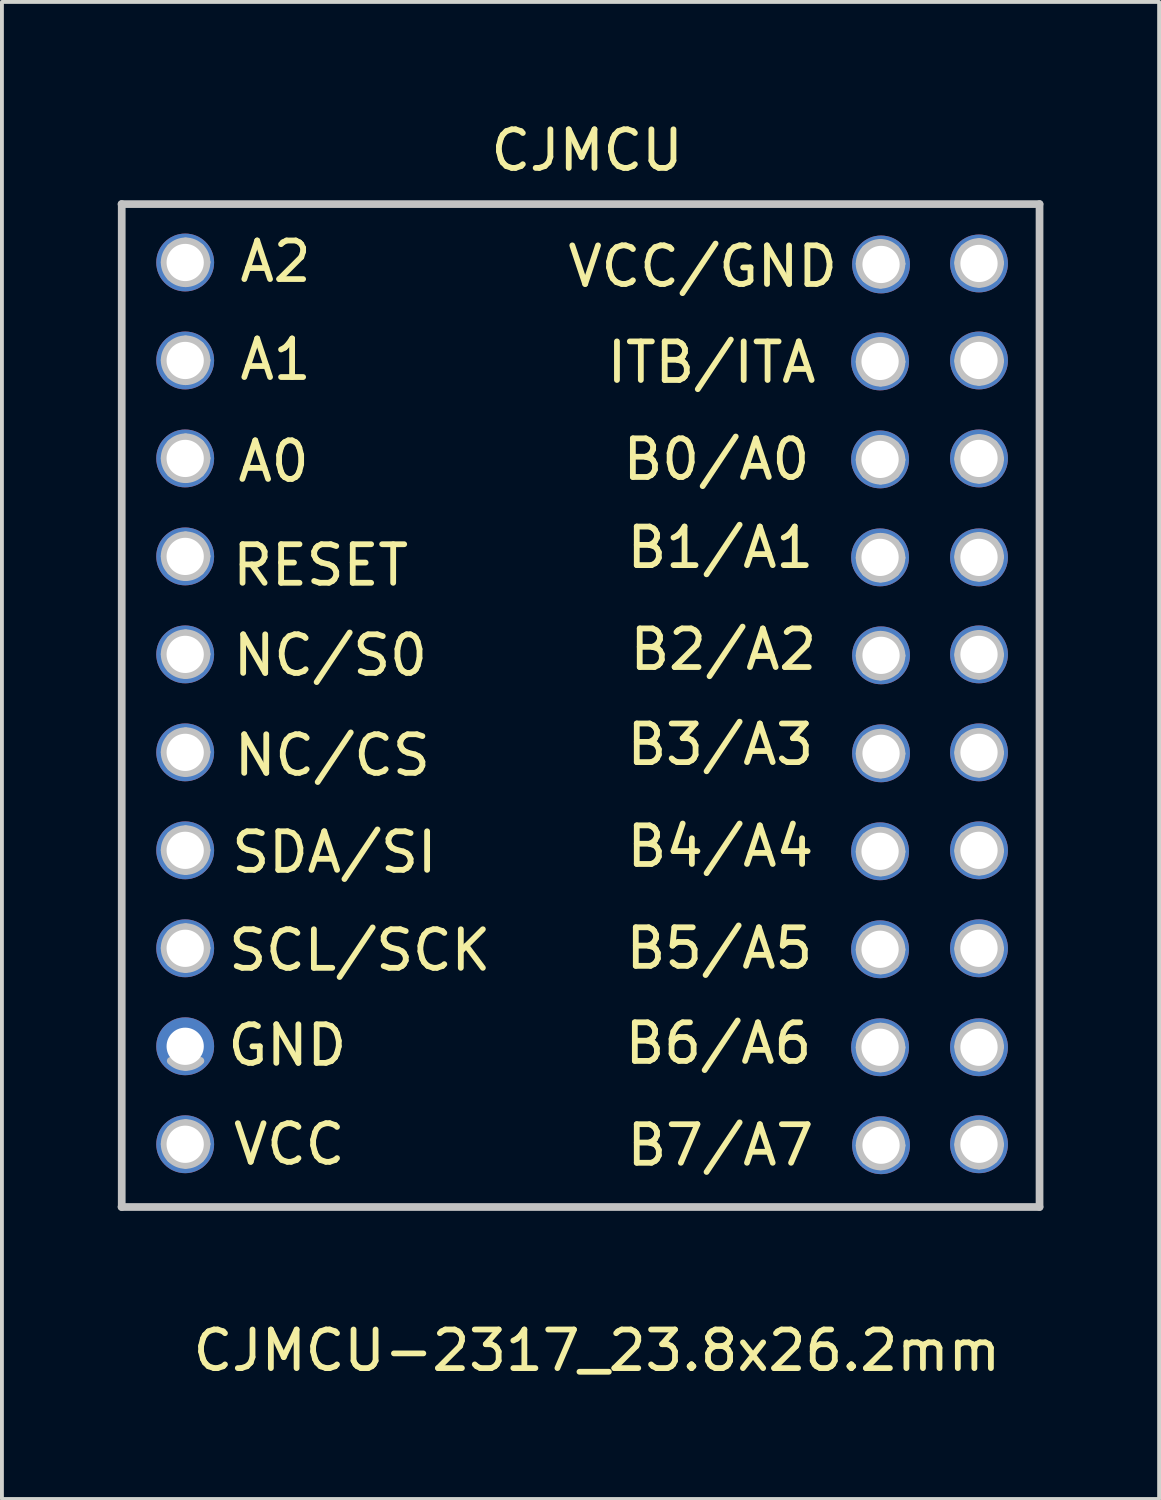
<source format=kicad_pcb>
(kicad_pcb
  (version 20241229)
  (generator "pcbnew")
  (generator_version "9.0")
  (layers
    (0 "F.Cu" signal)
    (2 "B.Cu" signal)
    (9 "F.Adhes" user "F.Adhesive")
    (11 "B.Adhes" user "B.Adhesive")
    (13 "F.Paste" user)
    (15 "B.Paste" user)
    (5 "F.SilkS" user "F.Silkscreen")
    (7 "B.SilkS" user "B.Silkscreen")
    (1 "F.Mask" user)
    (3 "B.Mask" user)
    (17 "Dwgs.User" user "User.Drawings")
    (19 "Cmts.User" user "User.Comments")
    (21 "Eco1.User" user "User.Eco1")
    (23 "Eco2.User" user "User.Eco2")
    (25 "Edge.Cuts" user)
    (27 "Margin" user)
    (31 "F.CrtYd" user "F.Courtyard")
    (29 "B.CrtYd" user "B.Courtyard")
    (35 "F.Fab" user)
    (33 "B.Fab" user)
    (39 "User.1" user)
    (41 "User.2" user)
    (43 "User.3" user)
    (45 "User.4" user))
  (footprint "CJMCU-2317_23.8x26.2mm"
    (layer "F.Cu")
    (at 13.568 30.82)
    (property "Reference" "CJMCU-2317_23.8x26.2mm" (at -1.143 1.143 0) (layer "F.SilkS") (effects (font (size 1 1) (thickness 0.15))))
    (attr through_hole)
    (fp_line (start -13.443 -28.564) (end 10.338 -28.564) (stroke (width 0.12) (type solid)) (layer "F.SilkS"))
    (fp_line (start -13.443 -2.605) (end -13.443 -28.564) (stroke (width 0.12) (type solid)) (layer "F.SilkS"))
    (fp_line (start 10.338 -28.564) (end 10.338 -2.579) (stroke (width 0.12) (type solid)) (layer "F.SilkS"))
    (fp_line (start 10.338 -2.579) (end -13.468 -2.579) (stroke (width 0.12) (type solid)) (layer "F.SilkS"))
    (fp_line (start -13.468 -2.579) (end 10.332 -2.579) (stroke (width 0.2) (type solid)) (layer "Dwgs.User"))
    (fp_line (start -13.462 -28.579) (end -13.462 -2.579) (stroke (width 0.2) (type solid)) (layer "Dwgs.User"))
    (fp_line (start -11.265 -27.069) (end -11.265 -27.069) (stroke (width 0.2) (type solid)) (layer "Dwgs.User"))
    (fp_line (start -11.265 -24.529) (end -11.265 -24.529) (stroke (width 0.2) (type solid)) (layer "Dwgs.User"))
    (fp_line (start -11.265 -21.99) (end -11.265 -21.99) (stroke (width 0.2) (type solid)) (layer "Dwgs.User"))
    (fp_line (start -11.265 -19.45) (end -11.265 -19.45) (stroke (width 0.2) (type solid)) (layer "Dwgs.User"))
    (fp_line (start -11.265 -16.91) (end -11.265 -16.91) (stroke (width 0.2) (type solid)) (layer "Dwgs.User"))
    (fp_line (start -11.265 -14.37) (end -11.265 -14.37) (stroke (width 0.2) (type solid)) (layer "Dwgs.User"))
    (fp_line (start -11.265 -11.83) (end -11.265 -11.83) (stroke (width 0.2) (type solid)) (layer "Dwgs.User"))
    (fp_line (start -11.265 -9.291) (end -11.265 -9.291) (stroke (width 0.2) (type solid)) (layer "Dwgs.User"))
    (fp_line (start -11.265 -4.211) (end -11.265 -4.211) (stroke (width 0.2) (type solid)) (layer "Dwgs.User"))
    (fp_line (start 6.752 -27.031) (end 6.752 -27.031) (stroke (width 0.2) (type solid)) (layer "Dwgs.User"))
    (fp_line (start 6.752 -24.491) (end 6.752 -24.491) (stroke (width 0.2) (type solid)) (layer "Dwgs.User"))
    (fp_line (start 6.752 -21.951) (end 6.752 -21.951) (stroke (width 0.2) (type solid)) (layer "Dwgs.User"))
    (fp_line (start 6.752 -19.411) (end 6.752 -19.411) (stroke (width 0.2) (type solid)) (layer "Dwgs.User"))
    (fp_line (start 6.752 -16.872) (end 6.752 -16.872) (stroke (width 0.2) (type solid)) (layer "Dwgs.User"))
    (fp_line (start 6.752 -14.332) (end 6.752 -14.332) (stroke (width 0.2) (type solid)) (layer "Dwgs.User"))
    (fp_line (start 6.752 -11.792) (end 6.752 -11.792) (stroke (width 0.2) (type solid)) (layer "Dwgs.User"))
    (fp_line (start 6.752 -9.252) (end 6.752 -9.252) (stroke (width 0.2) (type solid)) (layer "Dwgs.User"))
    (fp_line (start 6.752 -6.713) (end 6.752 -6.713) (stroke (width 0.2) (type solid)) (layer "Dwgs.User"))
    (fp_line (start 6.752 -4.173) (end 6.752 -4.173) (stroke (width 0.2) (type solid)) (layer "Dwgs.User"))
    (fp_line (start 9.308 -27.053) (end 9.308 -27.053) (stroke (width 0.2) (type solid)) (layer "Dwgs.User"))
    (fp_line (start 9.308 -24.513) (end 9.308 -24.513) (stroke (width 0.2) (type solid)) (layer "Dwgs.User"))
    (fp_line (start 9.308 -21.973) (end 9.308 -21.973) (stroke (width 0.2) (type solid)) (layer "Dwgs.User"))
    (fp_line (start 9.308 -19.433) (end 9.308 -19.433) (stroke (width 0.2) (type solid)) (layer "Dwgs.User"))
    (fp_line (start 9.308 -16.894) (end 9.308 -16.894) (stroke (width 0.2) (type solid)) (layer "Dwgs.User"))
    (fp_line (start 9.308 -14.354) (end 9.308 -14.354) (stroke (width 0.2) (type solid)) (layer "Dwgs.User"))
    (fp_line (start 9.308 -11.814) (end 9.308 -11.814) (stroke (width 0.2) (type solid)) (layer "Dwgs.User"))
    (fp_line (start 9.308 -9.274) (end 9.308 -9.274) (stroke (width 0.2) (type solid)) (layer "Dwgs.User"))
    (fp_line (start 9.308 -6.734) (end 9.308 -6.734) (stroke (width 0.2) (type solid)) (layer "Dwgs.User"))
    (fp_line (start 9.308 -4.195) (end 9.308 -4.195) (stroke (width 0.2) (type solid)) (layer "Dwgs.User"))
    (fp_line (start 10.332 -28.579) (end -13.468 -28.579) (stroke (width 0.2) (type solid)) (layer "Dwgs.User"))
    (fp_line (start 10.332 -2.579) (end 10.332 -28.579) (stroke (width 0.2) (type solid)) (layer "Dwgs.User"))
    (fp_curve (pts (xy -12.349 -27.069) (xy -12.349 -27.213) (xy -12.292 -27.351) (xy -12.191 -27.453)) (stroke (width 0.2) (type solid)) (layer "Dwgs.User"))
    (fp_curve (pts (xy -12.349 -24.529) (xy -12.349 -24.673) (xy -12.292 -24.811) (xy -12.191 -24.913)) (stroke (width 0.2) (type solid)) (layer "Dwgs.User"))
    (fp_curve (pts (xy -12.349 -21.99) (xy -12.349 -22.133) (xy -12.292 -22.271) (xy -12.191 -22.373)) (stroke (width 0.2) (type solid)) (layer "Dwgs.User"))
    (fp_curve (pts (xy -12.349 -19.45) (xy -12.349 -19.594) (xy -12.292 -19.732) (xy -12.191 -19.833)) (stroke (width 0.2) (type solid)) (layer "Dwgs.User"))
    (fp_curve (pts (xy -12.349 -16.91) (xy -12.349 -17.054) (xy -12.292 -17.192) (xy -12.191 -17.294)) (stroke (width 0.2) (type solid)) (layer "Dwgs.User"))
    (fp_curve (pts (xy -12.349 -14.37) (xy -12.349 -14.514) (xy -12.292 -14.652) (xy -12.191 -14.754)) (stroke (width 0.2) (type solid)) (layer "Dwgs.User"))
    (fp_curve (pts (xy -12.349 -11.83) (xy -12.349 -11.974) (xy -12.292 -12.112) (xy -12.191 -12.214)) (stroke (width 0.2) (type solid)) (layer "Dwgs.User"))
    (fp_curve (pts (xy -12.349 -9.291) (xy -12.349 -9.435) (xy -12.292 -9.573) (xy -12.191 -9.674)) (stroke (width 0.2) (type solid)) (layer "Dwgs.User"))
    (fp_curve (pts (xy -12.349 -4.211) (xy -12.349 -4.355) (xy -12.292 -4.493) (xy -12.191 -4.595)) (stroke (width 0.2) (type solid)) (layer "Dwgs.User"))
    (fp_curve (pts (xy -12.191 -27.453) (xy -12.089 -27.554) (xy -11.951 -27.612) (xy -11.807 -27.612)) (stroke (width 0.2) (type solid)) (layer "Dwgs.User"))
    (fp_curve (pts (xy -12.191 -26.686) (xy -12.292 -26.787) (xy -12.349 -26.925) (xy -12.349 -27.069)) (stroke (width 0.2) (type solid)) (layer "Dwgs.User"))
    (fp_curve (pts (xy -12.191 -24.913) (xy -12.089 -25.015) (xy -11.951 -25.072) (xy -11.807 -25.072)) (stroke (width 0.2) (type solid)) (layer "Dwgs.User"))
    (fp_curve (pts (xy -12.191 -24.146) (xy -12.292 -24.248) (xy -12.349 -24.386) (xy -12.349 -24.529)) (stroke (width 0.2) (type solid)) (layer "Dwgs.User"))
    (fp_curve (pts (xy -12.191 -22.373) (xy -12.089 -22.475) (xy -11.951 -22.532) (xy -11.807 -22.532)) (stroke (width 0.2) (type solid)) (layer "Dwgs.User"))
    (fp_curve (pts (xy -12.191 -21.606) (xy -12.292 -21.708) (xy -12.349 -21.846) (xy -12.349 -21.99)) (stroke (width 0.2) (type solid)) (layer "Dwgs.User"))
    (fp_curve (pts (xy -12.191 -19.833) (xy -12.089 -19.935) (xy -11.951 -19.992) (xy -11.807 -19.992)) (stroke (width 0.2) (type solid)) (layer "Dwgs.User"))
    (fp_curve (pts (xy -12.191 -19.066) (xy -12.292 -19.168) (xy -12.349 -19.306) (xy -12.349 -19.45)) (stroke (width 0.2) (type solid)) (layer "Dwgs.User"))
    (fp_curve (pts (xy -12.191 -17.294) (xy -12.089 -17.395) (xy -11.951 -17.452) (xy -11.807 -17.452)) (stroke (width 0.2) (type solid)) (layer "Dwgs.User"))
    (fp_curve (pts (xy -12.191 -16.527) (xy -12.292 -16.628) (xy -12.349 -16.766) (xy -12.349 -16.91)) (stroke (width 0.2) (type solid)) (layer "Dwgs.User"))
    (fp_curve (pts (xy -12.191 -14.754) (xy -12.089 -14.856) (xy -11.951 -14.913) (xy -11.807 -14.913)) (stroke (width 0.2) (type solid)) (layer "Dwgs.User"))
    (fp_curve (pts (xy -12.191 -13.987) (xy -12.292 -14.088) (xy -12.349 -14.226) (xy -12.349 -14.37)) (stroke (width 0.2) (type solid)) (layer "Dwgs.User"))
    (fp_curve (pts (xy -12.191 -12.214) (xy -12.089 -12.316) (xy -11.951 -12.373) (xy -11.807 -12.373)) (stroke (width 0.2) (type solid)) (layer "Dwgs.User"))
    (fp_curve (pts (xy -12.191 -11.447) (xy -12.292 -11.549) (xy -12.349 -11.687) (xy -12.349 -11.83)) (stroke (width 0.2) (type solid)) (layer "Dwgs.User"))
    (fp_curve (pts (xy -12.191 -9.674) (xy -12.089 -9.776) (xy -11.951 -9.833) (xy -11.807 -9.833)) (stroke (width 0.2) (type solid)) (layer "Dwgs.User"))
    (fp_curve (pts (xy -12.191 -8.907) (xy -12.292 -9.009) (xy -12.349 -9.147) (xy -12.349 -9.291)) (stroke (width 0.2) (type solid)) (layer "Dwgs.User"))
    (fp_curve (pts (xy -12.191 -4.595) (xy -12.089 -4.696) (xy -11.951 -4.754) (xy -11.807 -4.754)) (stroke (width 0.2) (type solid)) (layer "Dwgs.User"))
    (fp_curve (pts (xy -12.191 -3.828) (xy -12.292 -3.929) (xy -12.349 -4.067) (xy -12.349 -4.211)) (stroke (width 0.2) (type solid)) (layer "Dwgs.User"))
    (fp_curve (pts (xy -11.807 -27.612) (xy -11.663 -27.612) (xy -11.525 -27.554) (xy -11.423 -27.453)) (stroke (width 0.2) (type solid)) (layer "Dwgs.User"))
    (fp_curve (pts (xy -11.807 -26.527) (xy -11.951 -26.527) (xy -12.089 -26.584) (xy -12.191 -26.686)) (stroke (width 0.2) (type solid)) (layer "Dwgs.User"))
    (fp_curve (pts (xy -11.807 -25.072) (xy -11.663 -25.072) (xy -11.525 -25.015) (xy -11.423 -24.913)) (stroke (width 0.2) (type solid)) (layer "Dwgs.User"))
    (fp_curve (pts (xy -11.807 -23.987) (xy -11.951 -23.987) (xy -12.089 -24.044) (xy -12.191 -24.146)) (stroke (width 0.2) (type solid)) (layer "Dwgs.User"))
    (fp_curve (pts (xy -11.807 -22.532) (xy -11.663 -22.532) (xy -11.525 -22.475) (xy -11.423 -22.373)) (stroke (width 0.2) (type solid)) (layer "Dwgs.User"))
    (fp_curve (pts (xy -11.807 -21.447) (xy -11.951 -21.447) (xy -12.089 -21.504) (xy -12.191 -21.606)) (stroke (width 0.2) (type solid)) (layer "Dwgs.User"))
    (fp_curve (pts (xy -11.807 -19.992) (xy -11.663 -19.992) (xy -11.525 -19.935) (xy -11.423 -19.833)) (stroke (width 0.2) (type solid)) (layer "Dwgs.User"))
    (fp_curve (pts (xy -11.807 -18.907) (xy -11.951 -18.907) (xy -12.089 -18.965) (xy -12.191 -19.066)) (stroke (width 0.2) (type solid)) (layer "Dwgs.User"))
    (fp_curve (pts (xy -11.807 -17.452) (xy -11.663 -17.452) (xy -11.525 -17.395) (xy -11.423 -17.294)) (stroke (width 0.2) (type solid)) (layer "Dwgs.User"))
    (fp_curve (pts (xy -11.807 -16.368) (xy -11.951 -16.368) (xy -12.089 -16.425) (xy -12.191 -16.527)) (stroke (width 0.2) (type solid)) (layer "Dwgs.User"))
    (fp_curve (pts (xy -11.807 -14.913) (xy -11.663 -14.913) (xy -11.525 -14.856) (xy -11.423 -14.754)) (stroke (width 0.2) (type solid)) (layer "Dwgs.User"))
    (fp_curve (pts (xy -11.807 -13.828) (xy -11.951 -13.828) (xy -12.089 -13.885) (xy -12.191 -13.987)) (stroke (width 0.2) (type solid)) (layer "Dwgs.User"))
    (fp_curve (pts (xy -11.807 -12.373) (xy -11.663 -12.373) (xy -11.525 -12.316) (xy -11.423 -12.214)) (stroke (width 0.2) (type solid)) (layer "Dwgs.User"))
    (fp_curve (pts (xy -11.807 -11.288) (xy -11.951 -11.288) (xy -12.089 -11.345) (xy -12.191 -11.447)) (stroke (width 0.2) (type solid)) (layer "Dwgs.User"))
    (fp_curve (pts (xy -11.807 -9.833) (xy -11.663 -9.833) (xy -11.525 -9.776) (xy -11.423 -9.674)) (stroke (width 0.2) (type solid)) (layer "Dwgs.User"))
    (fp_curve (pts (xy -11.807 -8.748) (xy -11.951 -8.748) (xy -12.089 -8.805) (xy -12.191 -8.907)) (stroke (width 0.2) (type solid)) (layer "Dwgs.User"))
    (fp_curve (pts (xy -11.807 -6.209) (xy -11.951 -6.209) (xy -12.089 -6.266) (xy -12.191 -6.367)) (stroke (width 0.2) (type solid)) (layer "Dwgs.User"))
    (fp_curve (pts (xy -11.807 -4.754) (xy -11.663 -4.754) (xy -11.525 -4.696) (xy -11.423 -4.595)) (stroke (width 0.2) (type solid)) (layer "Dwgs.User"))
    (fp_curve (pts (xy -11.807 -3.669) (xy -11.951 -3.669) (xy -12.089 -3.726) (xy -12.191 -3.828)) (stroke (width 0.2) (type solid)) (layer "Dwgs.User"))
    (fp_curve (pts (xy -11.423 -27.453) (xy -11.322 -27.351) (xy -11.265 -27.213) (xy -11.265 -27.069)) (stroke (width 0.2) (type solid)) (layer "Dwgs.User"))
    (fp_curve (pts (xy -11.423 -26.686) (xy -11.525 -26.584) (xy -11.663 -26.527) (xy -11.807 -26.527)) (stroke (width 0.2) (type solid)) (layer "Dwgs.User"))
    (fp_curve (pts (xy -11.423 -24.913) (xy -11.322 -24.811) (xy -11.265 -24.673) (xy -11.265 -24.529)) (stroke (width 0.2) (type solid)) (layer "Dwgs.User"))
    (fp_curve (pts (xy -11.423 -24.146) (xy -11.525 -24.044) (xy -11.663 -23.987) (xy -11.807 -23.987)) (stroke (width 0.2) (type solid)) (layer "Dwgs.User"))
    (fp_curve (pts (xy -11.423 -22.373) (xy -11.322 -22.271) (xy -11.265 -22.133) (xy -11.265 -21.99)) (stroke (width 0.2) (type solid)) (layer "Dwgs.User"))
    (fp_curve (pts (xy -11.423 -21.606) (xy -11.525 -21.504) (xy -11.663 -21.447) (xy -11.807 -21.447)) (stroke (width 0.2) (type solid)) (layer "Dwgs.User"))
    (fp_curve (pts (xy -11.423 -19.833) (xy -11.322 -19.732) (xy -11.265 -19.594) (xy -11.265 -19.45)) (stroke (width 0.2) (type solid)) (layer "Dwgs.User"))
    (fp_curve (pts (xy -11.423 -19.066) (xy -11.525 -18.965) (xy -11.663 -18.907) (xy -11.807 -18.907)) (stroke (width 0.2) (type solid)) (layer "Dwgs.User"))
    (fp_curve (pts (xy -11.423 -17.294) (xy -11.322 -17.192) (xy -11.265 -17.054) (xy -11.265 -16.91)) (stroke (width 0.2) (type solid)) (layer "Dwgs.User"))
    (fp_curve (pts (xy -11.423 -16.527) (xy -11.525 -16.425) (xy -11.663 -16.368) (xy -11.807 -16.368)) (stroke (width 0.2) (type solid)) (layer "Dwgs.User"))
    (fp_curve (pts (xy -11.423 -14.754) (xy -11.322 -14.652) (xy -11.265 -14.514) (xy -11.265 -14.37)) (stroke (width 0.2) (type solid)) (layer "Dwgs.User"))
    (fp_curve (pts (xy -11.423 -13.987) (xy -11.525 -13.885) (xy -11.663 -13.828) (xy -11.807 -13.828)) (stroke (width 0.2) (type solid)) (layer "Dwgs.User"))
    (fp_curve (pts (xy -11.423 -12.214) (xy -11.322 -12.112) (xy -11.265 -11.974) (xy -11.265 -11.83)) (stroke (width 0.2) (type solid)) (layer "Dwgs.User"))
    (fp_curve (pts (xy -11.423 -11.447) (xy -11.525 -11.345) (xy -11.663 -11.288) (xy -11.807 -11.288)) (stroke (width 0.2) (type solid)) (layer "Dwgs.User"))
    (fp_curve (pts (xy -11.423 -9.674) (xy -11.322 -9.573) (xy -11.265 -9.435) (xy -11.265 -9.291)) (stroke (width 0.2) (type solid)) (layer "Dwgs.User"))
    (fp_curve (pts (xy -11.423 -8.907) (xy -11.525 -8.805) (xy -11.663 -8.748) (xy -11.807 -8.748)) (stroke (width 0.2) (type solid)) (layer "Dwgs.User"))
    (fp_curve (pts (xy -11.423 -6.367) (xy -11.525 -6.266) (xy -11.663 -6.209) (xy -11.807 -6.209)) (stroke (width 0.2) (type solid)) (layer "Dwgs.User"))
    (fp_curve (pts (xy -11.423 -4.595) (xy -11.322 -4.493) (xy -11.265 -4.355) (xy -11.265 -4.211)) (stroke (width 0.2) (type solid)) (layer "Dwgs.User"))
    (fp_curve (pts (xy -11.423 -3.828) (xy -11.525 -3.726) (xy -11.663 -3.669) (xy -11.807 -3.669)) (stroke (width 0.2) (type solid)) (layer "Dwgs.User"))
    (fp_curve (pts (xy -11.265 -27.069) (xy -11.265 -26.925) (xy -11.322 -26.787) (xy -11.423 -26.686)) (stroke (width 0.2) (type solid)) (layer "Dwgs.User"))
    (fp_curve (pts (xy -11.265 -24.529) (xy -11.265 -24.386) (xy -11.322 -24.248) (xy -11.423 -24.146)) (stroke (width 0.2) (type solid)) (layer "Dwgs.User"))
    (fp_curve (pts (xy -11.265 -21.99) (xy -11.265 -21.846) (xy -11.322 -21.708) (xy -11.423 -21.606)) (stroke (width 0.2) (type solid)) (layer "Dwgs.User"))
    (fp_curve (pts (xy -11.265 -19.45) (xy -11.265 -19.306) (xy -11.322 -19.168) (xy -11.423 -19.066)) (stroke (width 0.2) (type solid)) (layer "Dwgs.User"))
    (fp_curve (pts (xy -11.265 -16.91) (xy -11.265 -16.766) (xy -11.322 -16.628) (xy -11.423 -16.527)) (stroke (width 0.2) (type solid)) (layer "Dwgs.User"))
    (fp_curve (pts (xy -11.265 -14.37) (xy -11.265 -14.226) (xy -11.322 -14.088) (xy -11.423 -13.987)) (stroke (width 0.2) (type solid)) (layer "Dwgs.User"))
    (fp_curve (pts (xy -11.265 -11.83) (xy -11.265 -11.687) (xy -11.322 -11.549) (xy -11.423 -11.447)) (stroke (width 0.2) (type solid)) (layer "Dwgs.User"))
    (fp_curve (pts (xy -11.265 -9.291) (xy -11.265 -9.147) (xy -11.322 -9.009) (xy -11.423 -8.907)) (stroke (width 0.2) (type solid)) (layer "Dwgs.User"))
    (fp_curve (pts (xy -11.265 -4.211) (xy -11.265 -4.067) (xy -11.322 -3.929) (xy -11.423 -3.828)) (stroke (width 0.2) (type solid)) (layer "Dwgs.User"))
    (fp_curve (pts (xy 5.668 -27.031) (xy 5.668 -27.175) (xy 5.725 -27.313) (xy 5.826 -27.414)) (stroke (width 0.2) (type solid)) (layer "Dwgs.User"))
    (fp_curve (pts (xy 5.668 -24.491) (xy 5.668 -24.635) (xy 5.725 -24.773) (xy 5.826 -24.875)) (stroke (width 0.2) (type solid)) (layer "Dwgs.User"))
    (fp_curve (pts (xy 5.668 -21.951) (xy 5.668 -22.095) (xy 5.725 -22.233) (xy 5.826 -22.335)) (stroke (width 0.2) (type solid)) (layer "Dwgs.User"))
    (fp_curve (pts (xy 5.668 -19.411) (xy 5.668 -19.555) (xy 5.725 -19.693) (xy 5.826 -19.795)) (stroke (width 0.2) (type solid)) (layer "Dwgs.User"))
    (fp_curve (pts (xy 5.668 -16.872) (xy 5.668 -17.015) (xy 5.725 -17.153) (xy 5.826 -17.255)) (stroke (width 0.2) (type solid)) (layer "Dwgs.User"))
    (fp_curve (pts (xy 5.668 -14.332) (xy 5.668 -14.476) (xy 5.725 -14.614) (xy 5.826 -14.715)) (stroke (width 0.2) (type solid)) (layer "Dwgs.User"))
    (fp_curve (pts (xy 5.668 -11.792) (xy 5.668 -11.936) (xy 5.725 -12.074) (xy 5.826 -12.176)) (stroke (width 0.2) (type solid)) (layer "Dwgs.User"))
    (fp_curve (pts (xy 5.668 -9.252) (xy 5.668 -9.396) (xy 5.725 -9.534) (xy 5.826 -9.636)) (stroke (width 0.2) (type solid)) (layer "Dwgs.User"))
    (fp_curve (pts (xy 5.668 -6.713) (xy 5.668 -6.856) (xy 5.725 -6.994) (xy 5.826 -7.096)) (stroke (width 0.2) (type solid)) (layer "Dwgs.User"))
    (fp_curve (pts (xy 5.668 -4.173) (xy 5.668 -4.317) (xy 5.725 -4.455) (xy 5.826 -4.556)) (stroke (width 0.2) (type solid)) (layer "Dwgs.User"))
    (fp_curve (pts (xy 5.826 -27.414) (xy 5.928 -27.516) (xy 6.066 -27.573) (xy 6.21 -27.573)) (stroke (width 0.2) (type solid)) (layer "Dwgs.User"))
    (fp_curve (pts (xy 5.826 -26.647) (xy 5.725 -26.749) (xy 5.668 -26.887) (xy 5.668 -27.031)) (stroke (width 0.2) (type solid)) (layer "Dwgs.User"))
    (fp_curve (pts (xy 5.826 -24.875) (xy 5.928 -24.976) (xy 6.066 -25.033) (xy 6.21 -25.033)) (stroke (width 0.2) (type solid)) (layer "Dwgs.User"))
    (fp_curve (pts (xy 5.826 -24.107) (xy 5.725 -24.209) (xy 5.668 -24.347) (xy 5.668 -24.491)) (stroke (width 0.2) (type solid)) (layer "Dwgs.User"))
    (fp_curve (pts (xy 5.826 -22.335) (xy 5.928 -22.436) (xy 6.066 -22.494) (xy 6.21 -22.494)) (stroke (width 0.2) (type solid)) (layer "Dwgs.User"))
    (fp_curve (pts (xy 5.826 -21.568) (xy 5.725 -21.669) (xy 5.668 -21.807) (xy 5.668 -21.951)) (stroke (width 0.2) (type solid)) (layer "Dwgs.User"))
    (fp_curve (pts (xy 5.826 -19.795) (xy 5.928 -19.897) (xy 6.066 -19.954) (xy 6.21 -19.954)) (stroke (width 0.2) (type solid)) (layer "Dwgs.User"))
    (fp_curve (pts (xy 5.826 -19.028) (xy 5.725 -19.13) (xy 5.668 -19.268) (xy 5.668 -19.411)) (stroke (width 0.2) (type solid)) (layer "Dwgs.User"))
    (fp_curve (pts (xy 5.826 -17.255) (xy 5.928 -17.357) (xy 6.066 -17.414) (xy 6.21 -17.414)) (stroke (width 0.2) (type solid)) (layer "Dwgs.User"))
    (fp_curve (pts (xy 5.826 -16.488) (xy 5.725 -16.59) (xy 5.668 -16.728) (xy 5.668 -16.872)) (stroke (width 0.2) (type solid)) (layer "Dwgs.User"))
    (fp_curve (pts (xy 5.826 -14.715) (xy 5.928 -14.817) (xy 6.066 -14.874) (xy 6.21 -14.874)) (stroke (width 0.2) (type solid)) (layer "Dwgs.User"))
    (fp_curve (pts (xy 5.826 -13.948) (xy 5.725 -14.05) (xy 5.668 -14.188) (xy 5.668 -14.332)) (stroke (width 0.2) (type solid)) (layer "Dwgs.User"))
    (fp_curve (pts (xy 5.826 -12.176) (xy 5.928 -12.277) (xy 6.066 -12.334) (xy 6.21 -12.334)) (stroke (width 0.2) (type solid)) (layer "Dwgs.User"))
    (fp_curve (pts (xy 5.826 -11.409) (xy 5.725 -11.51) (xy 5.668 -11.648) (xy 5.668 -11.792)) (stroke (width 0.2) (type solid)) (layer "Dwgs.User"))
    (fp_curve (pts (xy 5.826 -9.636) (xy 5.928 -9.738) (xy 6.066 -9.795) (xy 6.21 -9.795)) (stroke (width 0.2) (type solid)) (layer "Dwgs.User"))
    (fp_curve (pts (xy 5.826 -8.869) (xy 5.725 -8.97) (xy 5.668 -9.108) (xy 5.668 -9.252)) (stroke (width 0.2) (type solid)) (layer "Dwgs.User"))
    (fp_curve (pts (xy 5.826 -7.096) (xy 5.928 -7.198) (xy 6.066 -7.255) (xy 6.21 -7.255)) (stroke (width 0.2) (type solid)) (layer "Dwgs.User"))
    (fp_curve (pts (xy 5.826 -6.329) (xy 5.725 -6.431) (xy 5.668 -6.569) (xy 5.668 -6.713)) (stroke (width 0.2) (type solid)) (layer "Dwgs.User"))
    (fp_curve (pts (xy 5.826 -4.556) (xy 5.928 -4.658) (xy 6.066 -4.715) (xy 6.21 -4.715)) (stroke (width 0.2) (type solid)) (layer "Dwgs.User"))
    (fp_curve (pts (xy 5.826 -3.789) (xy 5.725 -3.891) (xy 5.668 -4.029) (xy 5.668 -4.173)) (stroke (width 0.2) (type solid)) (layer "Dwgs.User"))
    (fp_curve (pts (xy 6.21 -27.573) (xy 6.354 -27.573) (xy 6.492 -27.516) (xy 6.593 -27.414)) (stroke (width 0.2) (type solid)) (layer "Dwgs.User"))
    (fp_curve (pts (xy 6.21 -26.488) (xy 6.066 -26.488) (xy 5.928 -26.546) (xy 5.826 -26.647)) (stroke (width 0.2) (type solid)) (layer "Dwgs.User"))
    (fp_curve (pts (xy 6.21 -25.033) (xy 6.354 -25.033) (xy 6.492 -24.976) (xy 6.593 -24.875)) (stroke (width 0.2) (type solid)) (layer "Dwgs.User"))
    (fp_curve (pts (xy 6.21 -23.949) (xy 6.066 -23.949) (xy 5.928 -24.006) (xy 5.826 -24.107)) (stroke (width 0.2) (type solid)) (layer "Dwgs.User"))
    (fp_curve (pts (xy 6.21 -22.494) (xy 6.354 -22.494) (xy 6.492 -22.436) (xy 6.593 -22.335)) (stroke (width 0.2) (type solid)) (layer "Dwgs.User"))
    (fp_curve (pts (xy 6.21 -21.409) (xy 6.066 -21.409) (xy 5.928 -21.466) (xy 5.826 -21.568)) (stroke (width 0.2) (type solid)) (layer "Dwgs.User"))
    (fp_curve (pts (xy 6.21 -19.954) (xy 6.354 -19.954) (xy 6.492 -19.897) (xy 6.593 -19.795)) (stroke (width 0.2) (type solid)) (layer "Dwgs.User"))
    (fp_curve (pts (xy 6.21 -18.869) (xy 6.066 -18.869) (xy 5.928 -18.926) (xy 5.826 -19.028)) (stroke (width 0.2) (type solid)) (layer "Dwgs.User"))
    (fp_curve (pts (xy 6.21 -17.414) (xy 6.354 -17.414) (xy 6.492 -17.357) (xy 6.593 -17.255)) (stroke (width 0.2) (type solid)) (layer "Dwgs.User"))
    (fp_curve (pts (xy 6.21 -16.329) (xy 6.066 -16.329) (xy 5.928 -16.386) (xy 5.826 -16.488)) (stroke (width 0.2) (type solid)) (layer "Dwgs.User"))
    (fp_curve (pts (xy 6.21 -14.874) (xy 6.354 -14.874) (xy 6.492 -14.817) (xy 6.593 -14.715)) (stroke (width 0.2) (type solid)) (layer "Dwgs.User"))
    (fp_curve (pts (xy 6.21 -13.789) (xy 6.066 -13.789) (xy 5.928 -13.847) (xy 5.826 -13.948)) (stroke (width 0.2) (type solid)) (layer "Dwgs.User"))
    (fp_curve (pts (xy 6.21 -12.334) (xy 6.354 -12.334) (xy 6.492 -12.277) (xy 6.593 -12.176)) (stroke (width 0.2) (type solid)) (layer "Dwgs.User"))
    (fp_curve (pts (xy 6.21 -11.25) (xy 6.066 -11.25) (xy 5.928 -11.307) (xy 5.826 -11.409)) (stroke (width 0.2) (type solid)) (layer "Dwgs.User"))
    (fp_curve (pts (xy 6.21 -9.795) (xy 6.354 -9.795) (xy 6.492 -9.738) (xy 6.593 -9.636)) (stroke (width 0.2) (type solid)) (layer "Dwgs.User"))
    (fp_curve (pts (xy 6.21 -8.71) (xy 6.066 -8.71) (xy 5.928 -8.767) (xy 5.826 -8.869)) (stroke (width 0.2) (type solid)) (layer "Dwgs.User"))
    (fp_curve (pts (xy 6.21 -7.255) (xy 6.354 -7.255) (xy 6.492 -7.198) (xy 6.593 -7.096)) (stroke (width 0.2) (type solid)) (layer "Dwgs.User"))
    (fp_curve (pts (xy 6.21 -6.17) (xy 6.066 -6.17) (xy 5.928 -6.227) (xy 5.826 -6.329)) (stroke (width 0.2) (type solid)) (layer "Dwgs.User"))
    (fp_curve (pts (xy 6.21 -4.715) (xy 6.354 -4.715) (xy 6.492 -4.658) (xy 6.593 -4.556)) (stroke (width 0.2) (type solid)) (layer "Dwgs.User"))
    (fp_curve (pts (xy 6.21 -3.63) (xy 6.066 -3.63) (xy 5.928 -3.688) (xy 5.826 -3.789)) (stroke (width 0.2) (type solid)) (layer "Dwgs.User"))
    (fp_curve (pts (xy 6.593 -27.414) (xy 6.695 -27.313) (xy 6.752 -27.175) (xy 6.752 -27.031)) (stroke (width 0.2) (type solid)) (layer "Dwgs.User"))
    (fp_curve (pts (xy 6.593 -26.647) (xy 6.492 -26.546) (xy 6.354 -26.488) (xy 6.21 -26.488)) (stroke (width 0.2) (type solid)) (layer "Dwgs.User"))
    (fp_curve (pts (xy 6.593 -24.875) (xy 6.695 -24.773) (xy 6.752 -24.635) (xy 6.752 -24.491)) (stroke (width 0.2) (type solid)) (layer "Dwgs.User"))
    (fp_curve (pts (xy 6.593 -24.107) (xy 6.492 -24.006) (xy 6.354 -23.949) (xy 6.21 -23.949)) (stroke (width 0.2) (type solid)) (layer "Dwgs.User"))
    (fp_curve (pts (xy 6.593 -22.335) (xy 6.695 -22.233) (xy 6.752 -22.095) (xy 6.752 -21.951)) (stroke (width 0.2) (type solid)) (layer "Dwgs.User"))
    (fp_curve (pts (xy 6.593 -21.568) (xy 6.492 -21.466) (xy 6.354 -21.409) (xy 6.21 -21.409)) (stroke (width 0.2) (type solid)) (layer "Dwgs.User"))
    (fp_curve (pts (xy 6.593 -19.795) (xy 6.695 -19.693) (xy 6.752 -19.555) (xy 6.752 -19.411)) (stroke (width 0.2) (type solid)) (layer "Dwgs.User"))
    (fp_curve (pts (xy 6.593 -19.028) (xy 6.492 -18.926) (xy 6.354 -18.869) (xy 6.21 -18.869)) (stroke (width 0.2) (type solid)) (layer "Dwgs.User"))
    (fp_curve (pts (xy 6.593 -17.255) (xy 6.695 -17.153) (xy 6.752 -17.015) (xy 6.752 -16.872)) (stroke (width 0.2) (type solid)) (layer "Dwgs.User"))
    (fp_curve (pts (xy 6.593 -16.488) (xy 6.492 -16.386) (xy 6.354 -16.329) (xy 6.21 -16.329)) (stroke (width 0.2) (type solid)) (layer "Dwgs.User"))
    (fp_curve (pts (xy 6.593 -14.715) (xy 6.695 -14.614) (xy 6.752 -14.476) (xy 6.752 -14.332)) (stroke (width 0.2) (type solid)) (layer "Dwgs.User"))
    (fp_curve (pts (xy 6.593 -13.948) (xy 6.492 -13.847) (xy 6.354 -13.789) (xy 6.21 -13.789)) (stroke (width 0.2) (type solid)) (layer "Dwgs.User"))
    (fp_curve (pts (xy 6.593 -12.176) (xy 6.695 -12.074) (xy 6.752 -11.936) (xy 6.752 -11.792)) (stroke (width 0.2) (type solid)) (layer "Dwgs.User"))
    (fp_curve (pts (xy 6.593 -11.409) (xy 6.492 -11.307) (xy 6.354 -11.25) (xy 6.21 -11.25)) (stroke (width 0.2) (type solid)) (layer "Dwgs.User"))
    (fp_curve (pts (xy 6.593 -9.636) (xy 6.695 -9.534) (xy 6.752 -9.396) (xy 6.752 -9.252)) (stroke (width 0.2) (type solid)) (layer "Dwgs.User"))
    (fp_curve (pts (xy 6.593 -8.869) (xy 6.492 -8.767) (xy 6.354 -8.71) (xy 6.21 -8.71)) (stroke (width 0.2) (type solid)) (layer "Dwgs.User"))
    (fp_curve (pts (xy 6.593 -7.096) (xy 6.695 -6.994) (xy 6.752 -6.856) (xy 6.752 -6.713)) (stroke (width 0.2) (type solid)) (layer "Dwgs.User"))
    (fp_curve (pts (xy 6.593 -6.329) (xy 6.492 -6.227) (xy 6.354 -6.17) (xy 6.21 -6.17)) (stroke (width 0.2) (type solid)) (layer "Dwgs.User"))
    (fp_curve (pts (xy 6.593 -4.556) (xy 6.695 -4.455) (xy 6.752 -4.317) (xy 6.752 -4.173)) (stroke (width 0.2) (type solid)) (layer "Dwgs.User"))
    (fp_curve (pts (xy 6.593 -3.789) (xy 6.492 -3.688) (xy 6.354 -3.63) (xy 6.21 -3.63)) (stroke (width 0.2) (type solid)) (layer "Dwgs.User"))
    (fp_curve (pts (xy 6.752 -27.031) (xy 6.752 -26.887) (xy 6.695 -26.749) (xy 6.593 -26.647)) (stroke (width 0.2) (type solid)) (layer "Dwgs.User"))
    (fp_curve (pts (xy 6.752 -24.491) (xy 6.752 -24.347) (xy 6.695 -24.209) (xy 6.593 -24.107)) (stroke (width 0.2) (type solid)) (layer "Dwgs.User"))
    (fp_curve (pts (xy 6.752 -21.951) (xy 6.752 -21.807) (xy 6.695 -21.669) (xy 6.593 -21.568)) (stroke (width 0.2) (type solid)) (layer "Dwgs.User"))
    (fp_curve (pts (xy 6.752 -19.411) (xy 6.752 -19.268) (xy 6.695 -19.13) (xy 6.593 -19.028)) (stroke (width 0.2) (type solid)) (layer "Dwgs.User"))
    (fp_curve (pts (xy 6.752 -16.872) (xy 6.752 -16.728) (xy 6.695 -16.59) (xy 6.593 -16.488)) (stroke (width 0.2) (type solid)) (layer "Dwgs.User"))
    (fp_curve (pts (xy 6.752 -14.332) (xy 6.752 -14.188) (xy 6.695 -14.05) (xy 6.593 -13.948)) (stroke (width 0.2) (type solid)) (layer "Dwgs.User"))
    (fp_curve (pts (xy 6.752 -11.792) (xy 6.752 -11.648) (xy 6.695 -11.51) (xy 6.593 -11.409)) (stroke (width 0.2) (type solid)) (layer "Dwgs.User"))
    (fp_curve (pts (xy 6.752 -9.252) (xy 6.752 -9.108) (xy 6.695 -8.97) (xy 6.593 -8.869)) (stroke (width 0.2) (type solid)) (layer "Dwgs.User"))
    (fp_curve (pts (xy 6.752 -6.713) (xy 6.752 -6.569) (xy 6.695 -6.431) (xy 6.593 -6.329)) (stroke (width 0.2) (type solid)) (layer "Dwgs.User"))
    (fp_curve (pts (xy 6.752 -4.173) (xy 6.752 -4.029) (xy 6.695 -3.891) (xy 6.593 -3.789)) (stroke (width 0.2) (type solid)) (layer "Dwgs.User"))
    (fp_curve (pts (xy 8.223 -27.053) (xy 8.223 -27.197) (xy 8.28 -27.334) (xy 8.382 -27.436)) (stroke (width 0.2) (type solid)) (layer "Dwgs.User"))
    (fp_curve (pts (xy 8.223 -24.513) (xy 8.223 -24.657) (xy 8.28 -24.795) (xy 8.382 -24.896)) (stroke (width 0.2) (type solid)) (layer "Dwgs.User"))
    (fp_curve (pts (xy 8.223 -21.973) (xy 8.223 -22.117) (xy 8.28 -22.255) (xy 8.382 -22.357)) (stroke (width 0.2) (type solid)) (layer "Dwgs.User"))
    (fp_curve (pts (xy 8.223 -19.433) (xy 8.223 -19.577) (xy 8.28 -19.715) (xy 8.382 -19.817)) (stroke (width 0.2) (type solid)) (layer "Dwgs.User"))
    (fp_curve (pts (xy 8.223 -16.894) (xy 8.223 -17.037) (xy 8.28 -17.175) (xy 8.382 -17.277)) (stroke (width 0.2) (type solid)) (layer "Dwgs.User"))
    (fp_curve (pts (xy 8.223 -14.354) (xy 8.223 -14.498) (xy 8.28 -14.636) (xy 8.382 -14.737)) (stroke (width 0.2) (type solid)) (layer "Dwgs.User"))
    (fp_curve (pts (xy 8.223 -11.814) (xy 8.223 -11.958) (xy 8.28 -12.096) (xy 8.382 -12.197)) (stroke (width 0.2) (type solid)) (layer "Dwgs.User"))
    (fp_curve (pts (xy 8.223 -9.274) (xy 8.223 -9.418) (xy 8.28 -9.556) (xy 8.382 -9.658)) (stroke (width 0.2) (type solid)) (layer "Dwgs.User"))
    (fp_curve (pts (xy 8.223 -6.734) (xy 8.223 -6.878) (xy 8.28 -7.016) (xy 8.382 -7.118)) (stroke (width 0.2) (type solid)) (layer "Dwgs.User"))
    (fp_curve (pts (xy 8.223 -4.195) (xy 8.223 -4.338) (xy 8.28 -4.476) (xy 8.382 -4.578)) (stroke (width 0.2) (type solid)) (layer "Dwgs.User"))
    (fp_curve (pts (xy 8.382 -27.436) (xy 8.484 -27.538) (xy 8.622 -27.595) (xy 8.766 -27.595)) (stroke (width 0.2) (type solid)) (layer "Dwgs.User"))
    (fp_curve (pts (xy 8.382 -26.669) (xy 8.28 -26.771) (xy 8.223 -26.909) (xy 8.223 -27.053)) (stroke (width 0.2) (type solid)) (layer "Dwgs.User"))
    (fp_curve (pts (xy 8.382 -24.896) (xy 8.484 -24.998) (xy 8.622 -25.055) (xy 8.766 -25.055)) (stroke (width 0.2) (type solid)) (layer "Dwgs.User"))
    (fp_curve (pts (xy 8.382 -24.129) (xy 8.28 -24.231) (xy 8.223 -24.369) (xy 8.223 -24.513)) (stroke (width 0.2) (type solid)) (layer "Dwgs.User"))
    (fp_curve (pts (xy 8.382 -22.357) (xy 8.484 -22.458) (xy 8.622 -22.515) (xy 8.766 -22.515)) (stroke (width 0.2) (type solid)) (layer "Dwgs.User"))
    (fp_curve (pts (xy 8.382 -21.59) (xy 8.28 -21.691) (xy 8.223 -21.829) (xy 8.223 -21.973)) (stroke (width 0.2) (type solid)) (layer "Dwgs.User"))
    (fp_curve (pts (xy 8.382 -19.817) (xy 8.484 -19.919) (xy 8.622 -19.976) (xy 8.766 -19.976)) (stroke (width 0.2) (type solid)) (layer "Dwgs.User"))
    (fp_curve (pts (xy 8.382 -19.05) (xy 8.28 -19.152) (xy 8.223 -19.289) (xy 8.223 -19.433)) (stroke (width 0.2) (type solid)) (layer "Dwgs.User"))
    (fp_curve (pts (xy 8.382 -17.277) (xy 8.484 -17.379) (xy 8.622 -17.436) (xy 8.766 -17.436)) (stroke (width 0.2) (type solid)) (layer "Dwgs.User"))
    (fp_curve (pts (xy 8.382 -16.51) (xy 8.28 -16.612) (xy 8.223 -16.75) (xy 8.223 -16.894)) (stroke (width 0.2) (type solid)) (layer "Dwgs.User"))
    (fp_curve (pts (xy 8.382 -14.737) (xy 8.484 -14.839) (xy 8.622 -14.896) (xy 8.766 -14.896)) (stroke (width 0.2) (type solid)) (layer "Dwgs.User"))
    (fp_curve (pts (xy 8.382 -13.97) (xy 8.28 -14.072) (xy 8.223 -14.21) (xy 8.223 -14.354)) (stroke (width 0.2) (type solid)) (layer "Dwgs.User"))
    (fp_curve (pts (xy 8.382 -12.197) (xy 8.484 -12.299) (xy 8.622 -12.356) (xy 8.766 -12.356)) (stroke (width 0.2) (type solid)) (layer "Dwgs.User"))
    (fp_curve (pts (xy 8.382 -11.43) (xy 8.28 -11.532) (xy 8.223 -11.67) (xy 8.223 -11.814)) (stroke (width 0.2) (type solid)) (layer "Dwgs.User"))
    (fp_curve (pts (xy 8.382 -9.658) (xy 8.484 -9.759) (xy 8.622 -9.817) (xy 8.766 -9.817)) (stroke (width 0.2) (type solid)) (layer "Dwgs.User"))
    (fp_curve (pts (xy 8.382 -8.891) (xy 8.28 -8.992) (xy 8.223 -9.13) (xy 8.223 -9.274)) (stroke (width 0.2) (type solid)) (layer "Dwgs.User"))
    (fp_curve (pts (xy 8.382 -7.118) (xy 8.484 -7.22) (xy 8.622 -7.277) (xy 8.766 -7.277)) (stroke (width 0.2) (type solid)) (layer "Dwgs.User"))
    (fp_curve (pts (xy 8.382 -6.351) (xy 8.28 -6.453) (xy 8.223 -6.591) (xy 8.223 -6.734)) (stroke (width 0.2) (type solid)) (layer "Dwgs.User"))
    (fp_curve (pts (xy 8.382 -4.578) (xy 8.484 -4.68) (xy 8.622 -4.737) (xy 8.766 -4.737)) (stroke (width 0.2) (type solid)) (layer "Dwgs.User"))
    (fp_curve (pts (xy 8.382 -3.811) (xy 8.28 -3.913) (xy 8.223 -4.051) (xy 8.223 -4.195)) (stroke (width 0.2) (type solid)) (layer "Dwgs.User"))
    (fp_curve (pts (xy 8.766 -27.595) (xy 8.909 -27.595) (xy 9.047 -27.538) (xy 9.149 -27.436)) (stroke (width 0.2) (type solid)) (layer "Dwgs.User"))
    (fp_curve (pts (xy 8.766 -26.51) (xy 8.622 -26.51) (xy 8.484 -26.567) (xy 8.382 -26.669)) (stroke (width 0.2) (type solid)) (layer "Dwgs.User"))
    (fp_curve (pts (xy 8.766 -25.055) (xy 8.909 -25.055) (xy 9.047 -24.998) (xy 9.149 -24.896)) (stroke (width 0.2) (type solid)) (layer "Dwgs.User"))
    (fp_curve (pts (xy 8.766 -23.97) (xy 8.622 -23.97) (xy 8.484 -24.028) (xy 8.382 -24.129)) (stroke (width 0.2) (type solid)) (layer "Dwgs.User"))
    (fp_curve (pts (xy 8.766 -22.515) (xy 8.909 -22.515) (xy 9.047 -22.458) (xy 9.149 -22.357)) (stroke (width 0.2) (type solid)) (layer "Dwgs.User"))
    (fp_curve (pts (xy 8.766 -21.431) (xy 8.622 -21.431) (xy 8.484 -21.488) (xy 8.382 -21.59)) (stroke (width 0.2) (type solid)) (layer "Dwgs.User"))
    (fp_curve (pts (xy 8.766 -19.976) (xy 8.909 -19.976) (xy 9.047 -19.919) (xy 9.149 -19.817)) (stroke (width 0.2) (type solid)) (layer "Dwgs.User"))
    (fp_curve (pts (xy 8.766 -18.891) (xy 8.622 -18.891) (xy 8.484 -18.948) (xy 8.382 -19.05)) (stroke (width 0.2) (type solid)) (layer "Dwgs.User"))
    (fp_curve (pts (xy 8.766 -17.436) (xy 8.909 -17.436) (xy 9.047 -17.379) (xy 9.149 -17.277)) (stroke (width 0.2) (type solid)) (layer "Dwgs.User"))
    (fp_curve (pts (xy 8.766 -16.351) (xy 8.622 -16.351) (xy 8.484 -16.408) (xy 8.382 -16.51)) (stroke (width 0.2) (type solid)) (layer "Dwgs.User"))
    (fp_curve (pts (xy 8.766 -14.896) (xy 8.909 -14.896) (xy 9.047 -14.839) (xy 9.149 -14.737)) (stroke (width 0.2) (type solid)) (layer "Dwgs.User"))
    (fp_curve (pts (xy 8.766 -13.811) (xy 8.622 -13.811) (xy 8.484 -13.868) (xy 8.382 -13.97)) (stroke (width 0.2) (type solid)) (layer "Dwgs.User"))
    (fp_curve (pts (xy 8.766 -12.356) (xy 8.909 -12.356) (xy 9.047 -12.299) (xy 9.149 -12.197)) (stroke (width 0.2) (type solid)) (layer "Dwgs.User"))
    (fp_curve (pts (xy 8.766 -11.272) (xy 8.622 -11.272) (xy 8.484 -11.329) (xy 8.382 -11.43)) (stroke (width 0.2) (type solid)) (layer "Dwgs.User"))
    (fp_curve (pts (xy 8.766 -9.817) (xy 8.909 -9.817) (xy 9.047 -9.759) (xy 9.149 -9.658)) (stroke (width 0.2) (type solid)) (layer "Dwgs.User"))
    (fp_curve (pts (xy 8.766 -8.732) (xy 8.622 -8.732) (xy 8.484 -8.789) (xy 8.382 -8.891)) (stroke (width 0.2) (type solid)) (layer "Dwgs.User"))
    (fp_curve (pts (xy 8.766 -7.277) (xy 8.909 -7.277) (xy 9.047 -7.22) (xy 9.149 -7.118)) (stroke (width 0.2) (type solid)) (layer "Dwgs.User"))
    (fp_curve (pts (xy 8.766 -6.192) (xy 8.622 -6.192) (xy 8.484 -6.249) (xy 8.382 -6.351)) (stroke (width 0.2) (type solid)) (layer "Dwgs.User"))
    (fp_curve (pts (xy 8.766 -4.737) (xy 8.909 -4.737) (xy 9.047 -4.68) (xy 9.149 -4.578)) (stroke (width 0.2) (type solid)) (layer "Dwgs.User"))
    (fp_curve (pts (xy 8.766 -3.652) (xy 8.622 -3.652) (xy 8.484 -3.709) (xy 8.382 -3.811)) (stroke (width 0.2) (type solid)) (layer "Dwgs.User"))
    (fp_curve (pts (xy 9.149 -27.436) (xy 9.251 -27.334) (xy 9.308 -27.197) (xy 9.308 -27.053)) (stroke (width 0.2) (type solid)) (layer "Dwgs.User"))
    (fp_curve (pts (xy 9.149 -26.669) (xy 9.047 -26.567) (xy 8.909 -26.51) (xy 8.766 -26.51)) (stroke (width 0.2) (type solid)) (layer "Dwgs.User"))
    (fp_curve (pts (xy 9.149 -24.896) (xy 9.251 -24.795) (xy 9.308 -24.657) (xy 9.308 -24.513)) (stroke (width 0.2) (type solid)) (layer "Dwgs.User"))
    (fp_curve (pts (xy 9.149 -24.129) (xy 9.047 -24.028) (xy 8.909 -23.97) (xy 8.766 -23.97)) (stroke (width 0.2) (type solid)) (layer "Dwgs.User"))
    (fp_curve (pts (xy 9.149 -22.357) (xy 9.251 -22.255) (xy 9.308 -22.117) (xy 9.308 -21.973)) (stroke (width 0.2) (type solid)) (layer "Dwgs.User"))
    (fp_curve (pts (xy 9.149 -21.59) (xy 9.047 -21.488) (xy 8.909 -21.431) (xy 8.766 -21.431)) (stroke (width 0.2) (type solid)) (layer "Dwgs.User"))
    (fp_curve (pts (xy 9.149 -19.817) (xy 9.251 -19.715) (xy 9.308 -19.577) (xy 9.308 -19.433)) (stroke (width 0.2) (type solid)) (layer "Dwgs.User"))
    (fp_curve (pts (xy 9.149 -19.05) (xy 9.047 -18.948) (xy 8.909 -18.891) (xy 8.766 -18.891)) (stroke (width 0.2) (type solid)) (layer "Dwgs.User"))
    (fp_curve (pts (xy 9.149 -17.277) (xy 9.251 -17.175) (xy 9.308 -17.037) (xy 9.308 -16.894)) (stroke (width 0.2) (type solid)) (layer "Dwgs.User"))
    (fp_curve (pts (xy 9.149 -16.51) (xy 9.047 -16.408) (xy 8.909 -16.351) (xy 8.766 -16.351)) (stroke (width 0.2) (type solid)) (layer "Dwgs.User"))
    (fp_curve (pts (xy 9.149 -14.737) (xy 9.251 -14.636) (xy 9.308 -14.498) (xy 9.308 -14.354)) (stroke (width 0.2) (type solid)) (layer "Dwgs.User"))
    (fp_curve (pts (xy 9.149 -13.97) (xy 9.047 -13.868) (xy 8.909 -13.811) (xy 8.766 -13.811)) (stroke (width 0.2) (type solid)) (layer "Dwgs.User"))
    (fp_curve (pts (xy 9.149 -12.197) (xy 9.251 -12.096) (xy 9.308 -11.958) (xy 9.308 -11.814)) (stroke (width 0.2) (type solid)) (layer "Dwgs.User"))
    (fp_curve (pts (xy 9.149 -11.43) (xy 9.047 -11.329) (xy 8.909 -11.272) (xy 8.766 -11.272)) (stroke (width 0.2) (type solid)) (layer "Dwgs.User"))
    (fp_curve (pts (xy 9.149 -9.658) (xy 9.251 -9.556) (xy 9.308 -9.418) (xy 9.308 -9.274)) (stroke (width 0.2) (type solid)) (layer "Dwgs.User"))
    (fp_curve (pts (xy 9.149 -8.891) (xy 9.047 -8.789) (xy 8.909 -8.732) (xy 8.766 -8.732)) (stroke (width 0.2) (type solid)) (layer "Dwgs.User"))
    (fp_curve (pts (xy 9.149 -7.118) (xy 9.251 -7.016) (xy 9.308 -6.878) (xy 9.308 -6.734)) (stroke (width 0.2) (type solid)) (layer "Dwgs.User"))
    (fp_curve (pts (xy 9.149 -6.351) (xy 9.047 -6.249) (xy 8.909 -6.192) (xy 8.766 -6.192)) (stroke (width 0.2) (type solid)) (layer "Dwgs.User"))
    (fp_curve (pts (xy 9.149 -4.578) (xy 9.251 -4.476) (xy 9.308 -4.338) (xy 9.308 -4.195)) (stroke (width 0.2) (type solid)) (layer "Dwgs.User"))
    (fp_curve (pts (xy 9.149 -3.811) (xy 9.047 -3.709) (xy 8.909 -3.652) (xy 8.766 -3.652)) (stroke (width 0.2) (type solid)) (layer "Dwgs.User"))
    (fp_curve (pts (xy 9.308 -27.053) (xy 9.308 -26.909) (xy 9.251 -26.771) (xy 9.149 -26.669)) (stroke (width 0.2) (type solid)) (layer "Dwgs.User"))
    (fp_curve (pts (xy 9.308 -24.513) (xy 9.308 -24.369) (xy 9.251 -24.231) (xy 9.149 -24.129)) (stroke (width 0.2) (type solid)) (layer "Dwgs.User"))
    (fp_curve (pts (xy 9.308 -21.973) (xy 9.308 -21.829) (xy 9.251 -21.691) (xy 9.149 -21.59)) (stroke (width 0.2) (type solid)) (layer "Dwgs.User"))
    (fp_curve (pts (xy 9.308 -19.433) (xy 9.308 -19.289) (xy 9.251 -19.152) (xy 9.149 -19.05)) (stroke (width 0.2) (type solid)) (layer "Dwgs.User"))
    (fp_curve (pts (xy 9.308 -16.894) (xy 9.308 -16.75) (xy 9.251 -16.612) (xy 9.149 -16.51)) (stroke (width 0.2) (type solid)) (layer "Dwgs.User"))
    (fp_curve (pts (xy 9.308 -14.354) (xy 9.308 -14.21) (xy 9.251 -14.072) (xy 9.149 -13.97)) (stroke (width 0.2) (type solid)) (layer "Dwgs.User"))
    (fp_curve (pts (xy 9.308 -11.814) (xy 9.308 -11.67) (xy 9.251 -11.532) (xy 9.149 -11.43)) (stroke (width 0.2) (type solid)) (layer "Dwgs.User"))
    (fp_curve (pts (xy 9.308 -9.274) (xy 9.308 -9.13) (xy 9.251 -8.992) (xy 9.149 -8.891)) (stroke (width 0.2) (type solid)) (layer "Dwgs.User"))
    (fp_curve (pts (xy 9.308 -6.734) (xy 9.308 -6.591) (xy 9.251 -6.453) (xy 9.149 -6.351)) (stroke (width 0.2) (type solid)) (layer "Dwgs.User"))
    (fp_curve (pts (xy 9.308 -4.195) (xy 9.308 -4.051) (xy 9.251 -3.913) (xy 9.149 -3.811)) (stroke (width 0.2) (type solid)) (layer "Dwgs.User"))
    (fp_text user "B2/A2" (at 2.134 -17.032 0) (layer "F.SilkS") (effects (font (size 1 1) (thickness 0.15))))
    (fp_text user "RESET" (at -8.306 -19.216 0) (layer "F.SilkS") (effects (font (size 1 1) (thickness 0.15))))
    (fp_text user "A0" (at -9.525 -21.909 0) (layer "F.SilkS") (effects (font (size 1 1) (thickness 0.15))))
    (fp_text user "B7/A7" (at 2.057 -4.18 0) (layer "F.SilkS") (effects (font (size 1 1) (thickness 0.15))))
    (fp_text user "B6/A6" (at 2.007 -6.821 0) (layer "F.SilkS") (effects (font (size 1 1) (thickness 0.15))))
    (fp_text user "CJMCU" (at -1.397 -29.972 0) (layer "F.SilkS") (effects (font (size 1 1) (thickness 0.15))))
    (fp_text user "B4/A4" (at 2.057 -11.927 0) (layer "F.SilkS") (effects (font (size 1 1) (thickness 0.15))))
    (fp_text user "NC/S0" (at -8.052 -16.88 0) (layer "F.SilkS") (effects (font (size 1 1) (thickness 0.15))))
    (fp_text user "VCC/GND" (at 1.6 -26.963 0) (layer "F.SilkS") (effects (font (size 1 1) (thickness 0.15))))
    (fp_text user "SDA/SI" (at -7.95 -11.774 0) (layer "F.SilkS") (effects (font (size 1 1) (thickness 0.15))))
    (fp_text user "B0/A0" (at 1.956 -21.96 0) (layer "F.SilkS") (effects (font (size 1 1) (thickness 0.15))))
    (fp_text user "B3/A3" (at 2.057 -14.568 0) (layer "F.SilkS") (effects (font (size 1 1) (thickness 0.15))))
    (fp_text user "A2" (at -9.474 -27.09 0) (layer "F.SilkS") (effects (font (size 1 1) (thickness 0.15))))
    (fp_text user "SCL/SCK" (at -7.29 -9.234 0) (layer "F.SilkS") (effects (font (size 1 1) (thickness 0.15))))
    (fp_text user "B5/A5" (at 2.032 -9.285 0) (layer "F.SilkS") (effects (font (size 1 1) (thickness 0.15))))
    (fp_text user "ITB/ITA" (at 1.829 -24.474 0) (layer "F.SilkS") (effects (font (size 1 1) (thickness 0.15))))
    (fp_text user "B1/A1" (at 2.057 -19.674 0) (layer "F.SilkS") (effects (font (size 1 1) (thickness 0.15))))
    (fp_text user "A1" (at -9.474 -24.55 0) (layer "F.SilkS") (effects (font (size 1 1) (thickness 0.15))))
    (fp_text user "VCC" (at -9.119 -4.205 0) (layer "F.SilkS") (effects (font (size 1 1) (thickness 0.15))))
    (fp_text user "GND" (at -9.169 -6.77 0) (layer "F.SilkS") (effects (font (size 1 1) (thickness 0.15))))
    (fp_text user "NC/CS" (at -8.001 -14.289 0) (layer "F.SilkS") (effects (font (size 1 1) (thickness 0.15))))
    (pad "1" thru_hole circle (at 6.198 -21.96) (size 1.5 1.5) (drill 0.965) (layers "*.Cu" "*.Mask"))
    (pad "2" thru_hole circle (at 6.198 -19.42) (size 1.5 1.5) (drill 0.965) (layers "*.Cu" "*.Mask"))
    (pad "3" thru_hole circle (at 6.223 -16.88) (size 1.5 1.5) (drill 0.965) (layers "*.Cu" "*.Mask"))
    (pad "4" thru_hole circle (at 6.223 -14.34) (size 1.5 1.5) (drill 0.965) (layers "*.Cu" "*.Mask"))
    (pad "5" thru_hole circle (at 6.198 -11.8) (size 1.5 1.5) (drill 0.965) (layers "*.Cu" "*.Mask"))
    (pad "6" thru_hole circle (at 6.198 -9.26) (size 1.5 1.5) (drill 0.965) (layers "*.Cu" "*.Mask"))
    (pad "7" thru_hole circle (at 6.198 -6.72) (size 1.5 1.5) (drill 0.965) (layers "*.Cu" "*.Mask"))
    (pad "8" thru_hole circle (at 6.223 -4.18) (size 1.5 1.5) (drill 0.965) (layers "*.Cu" "*.Mask"))
    (pad "9" thru_hole circle (at -11.817 -4.205) (size 1.5 1.5) (drill 0.965) (layers "*.Cu" "*.Mask"))
    (pad "9" thru_hole circle (at 6.223 -27.014) (size 1.5 1.5) (drill 0.965) (layers "*.Cu" "*.Mask"))
    (pad "10" thru_hole circle (at -11.817 -6.745) (size 1.5 1.5) (drill 0.965) (layers "*.Cu" "*.Mask"))
    (pad "10" thru_hole circle (at 8.763 -27.04) (size 1.5 1.5) (drill 0.965) (layers "*.Cu" "*.Mask"))
    (pad "11" thru_hole circle (at -11.817 -16.905) (size 1.5 1.5) (drill 0.965) (layers "*.Cu" "*.Mask"))
    (pad "12" thru_hole circle (at -11.817 -9.285) (size 1.5 1.5) (drill 0.965) (layers "*.Cu" "*.Mask"))
    (pad "13" thru_hole circle (at -11.817 -11.825) (size 1.5 1.5) (drill 0.965) (layers "*.Cu" "*.Mask"))
    (pad "14" thru_hole circle (at -11.817 -14.365) (size 1.5 1.5) (drill 0.965) (layers "*.Cu" "*.Mask"))
    (pad "15" thru_hole circle (at -11.817 -21.985) (size 1.5 1.5) (drill 0.965) (layers "*.Cu" "*.Mask"))
    (pad "16" thru_hole circle (at -11.817 -24.525) (size 1.5 1.5) (drill 0.965) (layers "*.Cu" "*.Mask"))
    (pad "17" thru_hole circle (at -11.817 -27.065) (size 1.5 1.5) (drill 0.965) (layers "*.Cu" "*.Mask"))
    (pad "18" thru_hole circle (at -11.817 -19.445) (size 1.5 1.5) (drill 0.965) (layers "*.Cu" "*.Mask"))
    (pad "19" thru_hole circle (at 6.198 -24.5) (size 1.5 1.5) (drill 0.965) (layers "*.Cu" "*.Mask"))
    (pad "20" thru_hole circle (at 8.763 -24.525) (size 1.5 1.5) (drill 0.965) (layers "*.Cu" "*.Mask"))
    (pad "21" thru_hole circle (at 8.763 -21.985) (size 1.5 1.5) (drill 0.965) (layers "*.Cu" "*.Mask"))
    (pad "22" thru_hole circle (at 8.763 -19.42) (size 1.5 1.5) (drill 0.965) (layers "*.Cu" "*.Mask"))
    (pad "23" thru_hole circle (at 8.763 -16.905) (size 1.5 1.5) (drill 0.965) (layers "*.Cu" "*.Mask"))
    (pad "24" thru_hole circle (at 8.763 -14.365) (size 1.5 1.5) (drill 0.965) (layers "*.Cu" "*.Mask"))
    (pad "25" thru_hole circle (at 8.763 -11.825) (size 1.5 1.5) (drill 0.965) (layers "*.Cu" "*.Mask"))
    (pad "26" thru_hole circle (at 8.763 -9.285) (size 1.5 1.5) (drill 0.965) (layers "*.Cu" "*.Mask"))
    (pad "27" thru_hole circle (at 8.763 -6.72) (size 1.5 1.5) (drill 0.965) (layers "*.Cu" "*.Mask"))
    (pad "28" thru_hole circle (at 8.763 -4.205) (size 1.5 1.5) (drill 0.965) (layers "*.Cu" "*.Mask")))
  (gr_rect
    (start -3 -3)
    (end 27 35.812)
    (stroke (width 0.1) (type default))
    (fill no)
    (layer "Edge.Cuts")))
</source>
